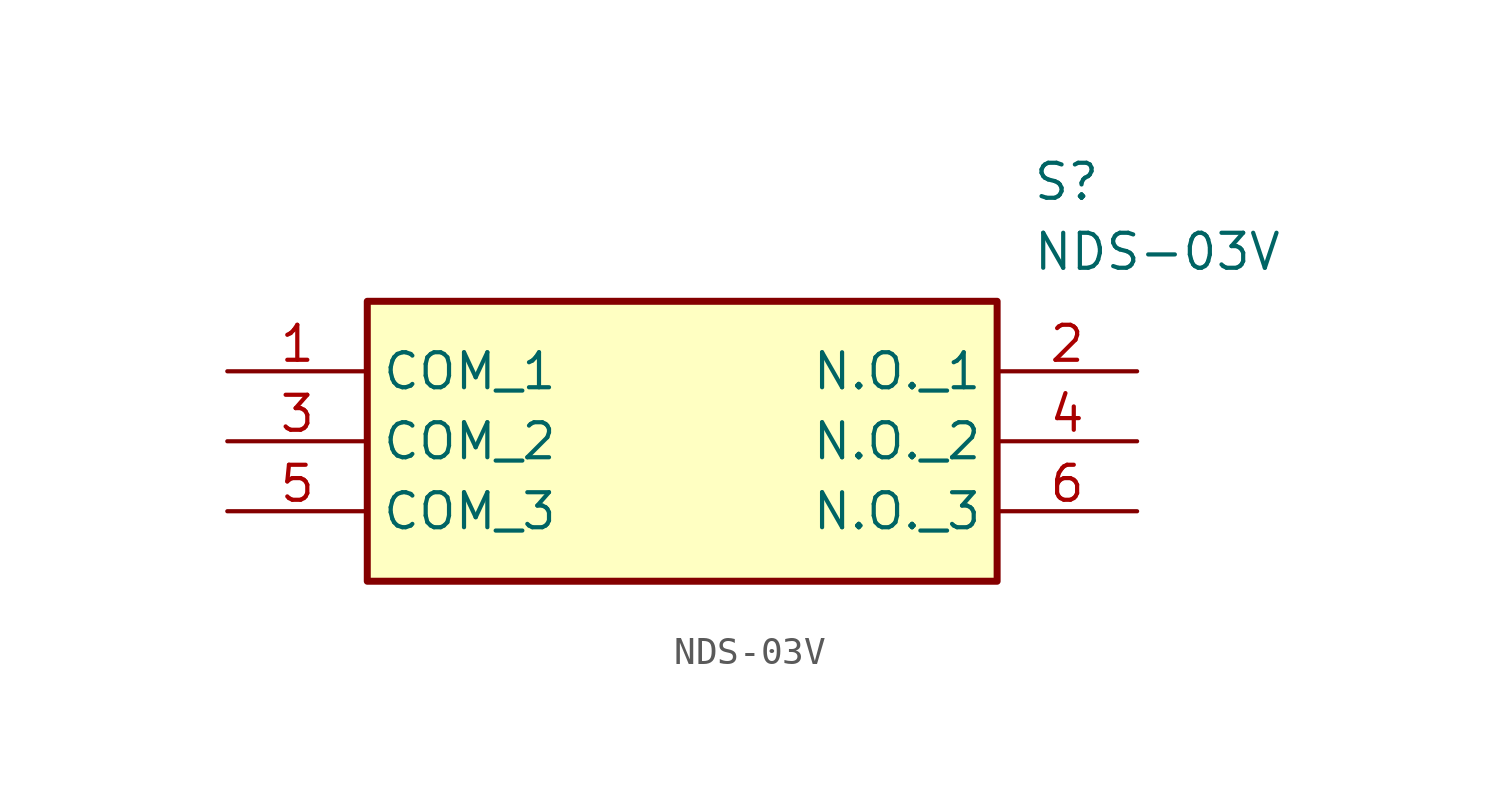
<source format=kicad_sym>
(kicad_symbol_lib
  (version 20241209)
  (generator "kicad_symbol_editor")
  (generator_version "9.0")
  (symbol "NDS-03V"
    (property "Reference" "S"
      (at 29.21 7.62 0)
      (effects (font (size 1.27 1.27)) (justify left top)))
    (property "Value" "NDS-03V"
      (at 29.21 5.08 0)
      (effects (font (size 1.27 1.27)) (justify left top)))
    (symbol "NDS-03V_1_1"
      (rectangle (start 5.08 2.54) (end 27.94 -7.62) (stroke (width 0.254) (type default)) (fill (type background)))
      (pin passive line (at 0 0 0) (length 5.08) (name "COM_1" (effects (font (size 1.27 1.27)))) (number "1" (effects (font (size 1.27 1.27)))))
      (pin passive line (at 0 -2.54 0) (length 5.08) (name "COM_2" (effects (font (size 1.27 1.27)))) (number "3" (effects (font (size 1.27 1.27)))))
      (pin passive line (at 0 -5.08 0) (length 5.08) (name "COM_3" (effects (font (size 1.27 1.27)))) (number "5" (effects (font (size 1.27 1.27)))))
      (pin passive line (at 33.02 0 180) (length 5.08) (name "N.O._1" (effects (font (size 1.27 1.27)))) (number "2" (effects (font (size 1.27 1.27)))))
      (pin passive line (at 33.02 -2.54 180) (length 5.08) (name "N.O._2" (effects (font (size 1.27 1.27)))) (number "4" (effects (font (size 1.27 1.27)))))
      (pin passive line (at 33.02 -5.08 180) (length 5.08) (name "N.O._3" (effects (font (size 1.27 1.27)))) (number "6" (effects (font (size 1.27 1.27))))))))
</source>
